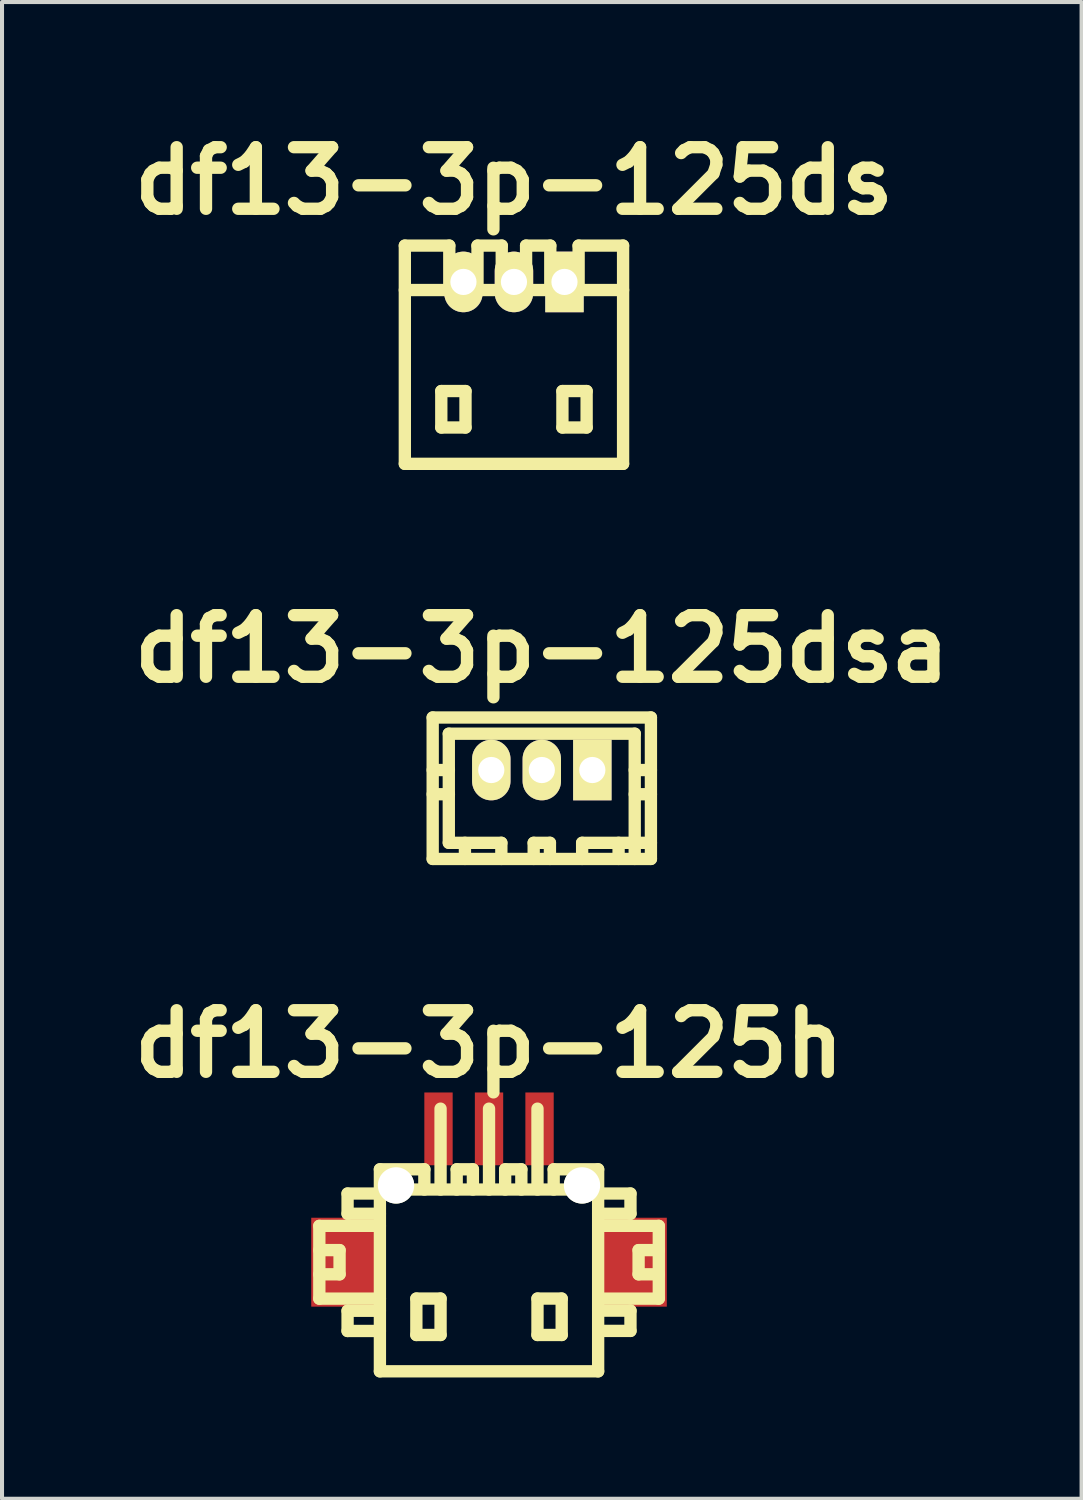
<source format=kicad_pcb>
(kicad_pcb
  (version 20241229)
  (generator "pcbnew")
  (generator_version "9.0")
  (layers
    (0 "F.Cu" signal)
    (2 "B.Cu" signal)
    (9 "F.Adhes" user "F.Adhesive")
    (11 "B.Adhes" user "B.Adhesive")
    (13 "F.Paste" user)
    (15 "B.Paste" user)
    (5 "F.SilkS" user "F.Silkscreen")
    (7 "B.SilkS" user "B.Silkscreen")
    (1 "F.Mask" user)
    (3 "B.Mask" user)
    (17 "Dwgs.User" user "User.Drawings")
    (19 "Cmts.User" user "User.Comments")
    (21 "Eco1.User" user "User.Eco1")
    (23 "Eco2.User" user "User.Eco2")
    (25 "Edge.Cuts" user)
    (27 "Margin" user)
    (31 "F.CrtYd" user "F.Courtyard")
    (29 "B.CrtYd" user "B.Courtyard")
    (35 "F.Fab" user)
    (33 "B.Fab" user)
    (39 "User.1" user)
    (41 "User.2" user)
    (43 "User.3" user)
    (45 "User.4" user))
  (footprint "df13-3p-125dsa"
    (layer "F.Cu")
    (at 10.356 16.003)
    (property "Reference" "df13-3p-125dsa" (at 0 -2.997 0) (layer "F.SilkS") (effects (font (size 1.524 1.524) (thickness 0.305))))
    (attr through_hole)
    (fp_line (start -2.7 -1.3) (end 2.7 -1.3) (stroke (width 0.305) (type solid)) (layer "F.SilkS"))
    (fp_line (start -2.7 2.2) (end -2.7 -1.3) (stroke (width 0.305) (type solid)) (layer "F.SilkS"))
    (fp_line (start -2.301 -0.899) (end -2.301 1.801) (stroke (width 0.305) (type solid)) (layer "F.SilkS"))
    (fp_line (start -2.299 0) (end -2.7 0) (stroke (width 0.305) (type solid)) (layer "F.SilkS"))
    (fp_line (start -2.299 0.599) (end -2.7 0.599) (stroke (width 0.305) (type solid)) (layer "F.SilkS"))
    (fp_line (start -1.902 1.801) (end -1.902 2.2) (stroke (width 0.305) (type solid)) (layer "F.SilkS"))
    (fp_line (start -1.3 -0.099) (end -1.1 -0.099) (stroke (width 0.305) (type solid)) (layer "F.SilkS"))
    (fp_line (start -1.3 0.099) (end -1.3 -0.099) (stroke (width 0.305) (type solid)) (layer "F.SilkS"))
    (fp_line (start -1.1 -0.099) (end -1.1 0.099) (stroke (width 0.305) (type solid)) (layer "F.SilkS"))
    (fp_line (start -1.1 0.099) (end -1.3 0.099) (stroke (width 0.305) (type solid)) (layer "F.SilkS"))
    (fp_line (start -1.001 1.801) (end -2.301 1.801) (stroke (width 0.305) (type solid)) (layer "F.SilkS"))
    (fp_line (start -1.001 1.801) (end -1.001 2.2) (stroke (width 0.305) (type solid)) (layer "F.SilkS"))
    (fp_line (start -0.201 1.801) (end 0.201 1.801) (stroke (width 0.305) (type solid)) (layer "F.SilkS"))
    (fp_line (start -0.201 2.2) (end -0.201 1.801) (stroke (width 0.305) (type solid)) (layer "F.SilkS"))
    (fp_line (start -0.099 -0.099) (end 0.099 -0.099) (stroke (width 0.305) (type solid)) (layer "F.SilkS"))
    (fp_line (start -0.099 0.099) (end -0.099 -0.099) (stroke (width 0.305) (type solid)) (layer "F.SilkS"))
    (fp_line (start 0.099 -0.099) (end 0.099 0.099) (stroke (width 0.305) (type solid)) (layer "F.SilkS"))
    (fp_line (start 0.099 0.099) (end -0.099 0.099) (stroke (width 0.305) (type solid)) (layer "F.SilkS"))
    (fp_line (start 0.201 2.2) (end 0.201 1.801) (stroke (width 0.305) (type solid)) (layer "F.SilkS"))
    (fp_line (start 0.998 1.801) (end 0.998 2.2) (stroke (width 0.305) (type solid)) (layer "F.SilkS"))
    (fp_line (start 1.1 -0.099) (end 1.3 -0.099) (stroke (width 0.305) (type solid)) (layer "F.SilkS"))
    (fp_line (start 1.1 0.099) (end 1.1 -0.099) (stroke (width 0.305) (type solid)) (layer "F.SilkS"))
    (fp_line (start 1.3 -0.099) (end 1.3 0.099) (stroke (width 0.305) (type solid)) (layer "F.SilkS"))
    (fp_line (start 1.3 0.099) (end 1.1 0.099) (stroke (width 0.305) (type solid)) (layer "F.SilkS"))
    (fp_line (start 1.9 1.801) (end 1.9 2.2) (stroke (width 0.305) (type solid)) (layer "F.SilkS"))
    (fp_line (start 2.299 -0.899) (end 2.299 2.2) (stroke (width 0.305) (type solid)) (layer "F.SilkS"))
    (fp_line (start 2.299 0) (end 2.7 0) (stroke (width 0.305) (type solid)) (layer "F.SilkS"))
    (fp_line (start 2.301 -0.899) (end -2.301 -0.899) (stroke (width 0.305) (type solid)) (layer "F.SilkS"))
    (fp_line (start 2.7 -1.3) (end 2.7 2.2) (stroke (width 0.305) (type solid)) (layer "F.SilkS"))
    (fp_line (start 2.7 0.599) (end 2.299 0.599) (stroke (width 0.305) (type solid)) (layer "F.SilkS"))
    (fp_line (start 2.7 1.801) (end 0.998 1.801) (stroke (width 0.305) (type solid)) (layer "F.SilkS"))
    (fp_line (start 2.7 2.2) (end -2.7 2.2) (stroke (width 0.305) (type solid)) (layer "F.SilkS"))
    (pad "1" thru_hole rect (at 1.25 0) (size 0.95 1.499) (drill 0.648) (layers "*.Cu" "*.Mask" "F.SilkS"))
    (pad "2" thru_hole oval (at 0 0) (size 0.95 1.499) (drill 0.648) (layers "*.Cu" "*.Mask" "F.SilkS"))
    (pad "3" thru_hole oval (at -1.25 0) (size 0.95 1.499) (drill 0.648) (layers "*.Cu" "*.Mask" "F.SilkS")))
  (footprint "df13-3p-125ds"
    (layer "F.Cu")
    (at 9.667 5.727)
    (property "Reference" "df13-3p-125ds" (at 0 -4.3 0) (layer "F.SilkS") (effects (font (size 1.524 1.524) (thickness 0.305))))
    (attr through_hole)
    (fp_line (start -2.7 -1.6) (end 2.7 -1.6) (stroke (width 0.305) (type solid)) (layer "F.SilkS"))
    (fp_line (start -2.7 2.7) (end -2.7 -2.7) (stroke (width 0.305) (type solid)) (layer "F.SilkS"))
    (fp_line (start -2.7 2.7) (end 2.7 2.7) (stroke (width 0.305) (type solid)) (layer "F.SilkS"))
    (fp_line (start -1.798 0.899) (end -1.798 1.801) (stroke (width 0.305) (type solid)) (layer "F.SilkS"))
    (fp_line (start -1.798 1.801) (end -1.199 1.801) (stroke (width 0.305) (type solid)) (layer "F.SilkS"))
    (fp_line (start -1.6 -2.7) (end -2.7 -2.7) (stroke (width 0.305) (type solid)) (layer "F.SilkS"))
    (fp_line (start -1.6 -1.6) (end -1.6 -2.7) (stroke (width 0.305) (type solid)) (layer "F.SilkS"))
    (fp_line (start -1.199 0.899) (end -1.798 0.899) (stroke (width 0.305) (type solid)) (layer "F.SilkS"))
    (fp_line (start -1.199 1.801) (end -1.199 0.899) (stroke (width 0.305) (type solid)) (layer "F.SilkS"))
    (fp_line (start -0.902 -1.6) (end -0.902 -2.7) (stroke (width 0.305) (type solid)) (layer "F.SilkS"))
    (fp_line (start -0.302 -2.7) (end -0.902 -2.7) (stroke (width 0.305) (type solid)) (layer "F.SilkS"))
    (fp_line (start -0.302 -1.6) (end -0.302 -2.7) (stroke (width 0.305) (type solid)) (layer "F.SilkS"))
    (fp_line (start 0.3 -2.7) (end 0.899 -2.7) (stroke (width 0.305) (type solid)) (layer "F.SilkS"))
    (fp_line (start 0.3 -1.6) (end 0.3 -2.7) (stroke (width 0.305) (type solid)) (layer "F.SilkS"))
    (fp_line (start 0.899 -2.7) (end 0.899 -1.6) (stroke (width 0.305) (type solid)) (layer "F.SilkS"))
    (fp_line (start 1.199 0.899) (end 1.798 0.899) (stroke (width 0.305) (type solid)) (layer "F.SilkS"))
    (fp_line (start 1.199 1.801) (end 1.199 0.899) (stroke (width 0.305) (type solid)) (layer "F.SilkS"))
    (fp_line (start 1.6 -1.6) (end 1.6 -2.7) (stroke (width 0.305) (type solid)) (layer "F.SilkS"))
    (fp_line (start 1.798 0.899) (end 1.798 1.801) (stroke (width 0.305) (type solid)) (layer "F.SilkS"))
    (fp_line (start 1.798 1.801) (end 1.199 1.801) (stroke (width 0.305) (type solid)) (layer "F.SilkS"))
    (fp_line (start 2.7 -2.7) (end 1.6 -2.7) (stroke (width 0.305) (type solid)) (layer "F.SilkS"))
    (fp_line (start 2.7 2.7) (end 2.7 -2.7) (stroke (width 0.305) (type solid)) (layer "F.SilkS"))
    (pad "1" thru_hole rect (at 1.25 -1.801) (size 0.95 1.499) (drill 0.648) (layers "*.Cu" "*.Mask" "F.SilkS"))
    (pad "2" thru_hole oval (at 0 -1.801) (size 0.95 1.499) (drill 0.648) (layers "*.Cu" "*.Mask" "F.SilkS"))
    (pad "3" thru_hole oval (at -1.25 -1.801) (size 0.95 1.499) (drill 0.648) (layers "*.Cu" "*.Mask" "F.SilkS")))
  (footprint "df13-3p-125h"
    (layer "F.Cu")
    (at 9.05 28.382)
    (property "Reference" "df13-3p-125h" (at 0 -5.601 0) (layer "F.SilkS") (effects (font (size 1.524 1.524) (thickness 0.305))))
    (attr through_hole)
    (fp_line (start -4.199 -1.1) (end -4.199 0.701) (stroke (width 0.305) (type solid)) (layer "F.SilkS"))
    (fp_line (start -4.199 0.701) (end -2.7 0.701) (stroke (width 0.305) (type solid)) (layer "F.SilkS"))
    (fp_line (start -3.698 -0.5) (end -4.199 -0.5) (stroke (width 0.305) (type solid)) (layer "F.SilkS"))
    (fp_line (start -3.698 0.099) (end -4.199 0.099) (stroke (width 0.305) (type solid)) (layer "F.SilkS"))
    (fp_line (start -3.698 0.099) (end -3.698 -0.5) (stroke (width 0.305) (type solid)) (layer "F.SilkS"))
    (fp_line (start -3.5 -1.9) (end -3.5 -1.4) (stroke (width 0.305) (type solid)) (layer "F.SilkS"))
    (fp_line (start -3.5 -1.9) (end -2.7 -1.9) (stroke (width 0.305) (type solid)) (layer "F.SilkS"))
    (fp_line (start -3.5 1.001) (end -3.5 1.501) (stroke (width 0.305) (type solid)) (layer "F.SilkS"))
    (fp_line (start -3.5 1.501) (end -2.7 1.501) (stroke (width 0.305) (type solid)) (layer "F.SilkS"))
    (fp_line (start -2.7 -1.999) (end 2.7 -1.999) (stroke (width 0.305) (type solid)) (layer "F.SilkS"))
    (fp_line (start -2.7 -1.4) (end -3.5 -1.4) (stroke (width 0.305) (type solid)) (layer "F.SilkS"))
    (fp_line (start -2.7 -1.1) (end -4.199 -1.1) (stroke (width 0.305) (type solid)) (layer "F.SilkS"))
    (fp_line (start -2.7 1.001) (end -3.5 1.001) (stroke (width 0.305) (type solid)) (layer "F.SilkS"))
    (fp_line (start -2.7 2.499) (end -2.7 -2.499) (stroke (width 0.305) (type solid)) (layer "F.SilkS"))
    (fp_line (start -2.7 2.499) (end 2.7 2.499) (stroke (width 0.305) (type solid)) (layer "F.SilkS"))
    (fp_line (start -1.798 0.699) (end -1.798 1.6) (stroke (width 0.305) (type solid)) (layer "F.SilkS"))
    (fp_line (start -1.798 1.6) (end -1.199 1.6) (stroke (width 0.305) (type solid)) (layer "F.SilkS"))
    (fp_line (start -1.6 -2.499) (end -2.7 -2.499) (stroke (width 0.305) (type solid)) (layer "F.SilkS"))
    (fp_line (start -1.6 -2.499) (end -1.6 -1.999) (stroke (width 0.305) (type solid)) (layer "F.SilkS"))
    (fp_line (start -1.199 -4) (end -1.199 -1.999) (stroke (width 0.305) (type solid)) (layer "F.SilkS"))
    (fp_line (start -1.199 0.699) (end -1.798 0.699) (stroke (width 0.305) (type solid)) (layer "F.SilkS"))
    (fp_line (start -1.199 1.6) (end -1.199 0.699) (stroke (width 0.305) (type solid)) (layer "F.SilkS"))
    (fp_line (start -0.8 -2.499) (end -0.399 -2.499) (stroke (width 0.305) (type solid)) (layer "F.SilkS"))
    (fp_line (start -0.8 -1.999) (end -0.8 -2.499) (stroke (width 0.305) (type solid)) (layer "F.SilkS"))
    (fp_line (start -0.399 -2.499) (end -0.399 -1.999) (stroke (width 0.305) (type solid)) (layer "F.SilkS"))
    (fp_line (start 0 -1.999) (end 0 -4) (stroke (width 0.305) (type solid)) (layer "F.SilkS"))
    (fp_line (start 0.399 -2.499) (end 0.399 -1.999) (stroke (width 0.305) (type solid)) (layer "F.SilkS"))
    (fp_line (start 0.8 -2.499) (end 0.399 -2.499) (stroke (width 0.305) (type solid)) (layer "F.SilkS"))
    (fp_line (start 0.8 -2.499) (end 0.8 -1.999) (stroke (width 0.305) (type solid)) (layer "F.SilkS"))
    (fp_line (start 1.199 -1.999) (end 1.199 -4) (stroke (width 0.305) (type solid)) (layer "F.SilkS"))
    (fp_line (start 1.199 0.699) (end 1.798 0.699) (stroke (width 0.305) (type solid)) (layer "F.SilkS"))
    (fp_line (start 1.199 1.6) (end 1.199 0.699) (stroke (width 0.305) (type solid)) (layer "F.SilkS"))
    (fp_line (start 1.6 -2.499) (end 1.6 -1.999) (stroke (width 0.305) (type solid)) (layer "F.SilkS"))
    (fp_line (start 1.798 0.699) (end 1.798 1.6) (stroke (width 0.305) (type solid)) (layer "F.SilkS"))
    (fp_line (start 1.798 1.6) (end 1.199 1.6) (stroke (width 0.305) (type solid)) (layer "F.SilkS"))
    (fp_line (start 2.7 -2.499) (end 1.6 -2.499) (stroke (width 0.305) (type solid)) (layer "F.SilkS"))
    (fp_line (start 2.7 -2.499) (end 2.7 2.499) (stroke (width 0.305) (type solid)) (layer "F.SilkS"))
    (fp_line (start 2.7 -1.9) (end 3.5 -1.9) (stroke (width 0.305) (type solid)) (layer "F.SilkS"))
    (fp_line (start 2.7 0.998) (end 3.5 0.998) (stroke (width 0.305) (type solid)) (layer "F.SilkS"))
    (fp_line (start 3.5 -1.9) (end 3.5 -1.4) (stroke (width 0.305) (type solid)) (layer "F.SilkS"))
    (fp_line (start 3.5 -1.4) (end 2.7 -1.4) (stroke (width 0.305) (type solid)) (layer "F.SilkS"))
    (fp_line (start 3.5 0.998) (end 3.5 1.499) (stroke (width 0.305) (type solid)) (layer "F.SilkS"))
    (fp_line (start 3.5 1.499) (end 2.7 1.499) (stroke (width 0.305) (type solid)) (layer "F.SilkS"))
    (fp_line (start 3.701 0.099) (end 3.701 -0.5) (stroke (width 0.305) (type solid)) (layer "F.SilkS"))
    (fp_line (start 4.199 -1.1) (end 2.7 -1.1) (stroke (width 0.305) (type solid)) (layer "F.SilkS"))
    (fp_line (start 4.199 0.701) (end 2.799 0.701) (stroke (width 0.305) (type solid)) (layer "F.SilkS"))
    (fp_line (start 4.201 -1.1) (end 4.201 0.701) (stroke (width 0.305) (type solid)) (layer "F.SilkS"))
    (fp_line (start 4.201 -0.5) (end 3.701 -0.5) (stroke (width 0.305) (type solid)) (layer "F.SilkS"))
    (fp_line (start 4.201 0.099) (end 3.701 0.099) (stroke (width 0.305) (type solid)) (layer "F.SilkS"))
    (pad "" smd rect (at -3.599 -0.201) (size 1.6 2.2) (layers "F.Cu" "F.Mask" "F.Paste"))
    (pad "" np_thru_hole circle (at -2.301 -2.101) (size 0.899 0.899) (drill 0.899) (layers "*.Cu" "*.Mask" "F.SilkS"))
    (pad "" np_thru_hole circle (at 2.301 -2.101) (size 0.899 0.899) (drill 0.899) (layers "*.Cu" "*.Mask" "F.SilkS"))
    (pad "" smd rect (at 3.599 -0.201) (size 1.6 2.2) (layers "F.Cu" "F.Mask" "F.Paste"))
    (pad "1" smd rect (at 1.25 -3.5) (size 0.701 1.801) (layers "F.Cu" "F.Mask" "F.Paste"))
    (pad "2" smd rect (at 0 -3.5) (size 0.701 1.801) (layers "F.Cu" "F.Mask" "F.Paste"))
    (pad "3" smd rect (at -1.25 -3.5) (size 0.701 1.801) (layers "F.Cu" "F.Mask" "F.Paste")))
  (gr_rect
    (start -3 -3)
    (end 23.712 34.034)
    (stroke (width 0.1) (type default))
    (fill no)
    (layer "Edge.Cuts")))
</source>
